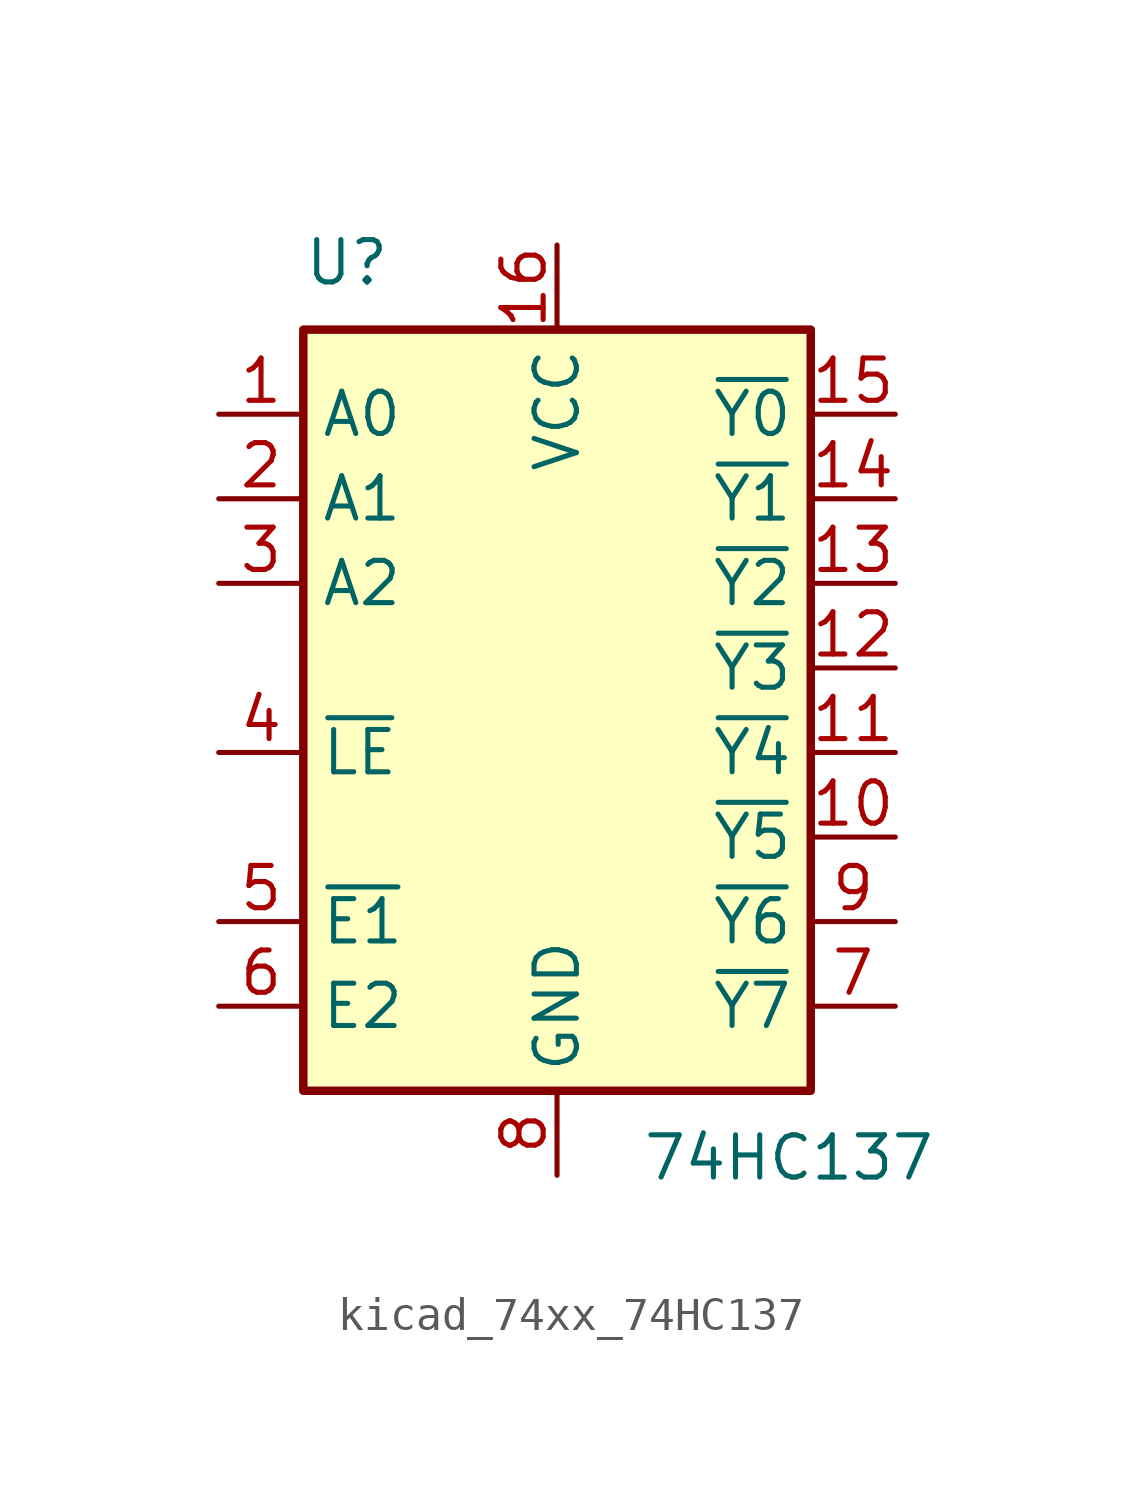
<source format=kicad_sym>
(kicad_symbol_lib
  (version 20220914)
  (generator kicad_symbol_editor)
  (symbol "kicad_74xx_74HC137"
    (property "Reference" "U"
      (at -7.62 13.97 0)
      (effects (font (size 1.27 1.27)) (justify left bottom)))
    (property "Value" "74HC137"
      (at 2.54 -11.43 0)
      (effects (font (size 1.27 1.27)) (justify left top)))
    (symbol "kicad_74xx_74HC137_0_1"
      (rectangle (start -7.62 12.7) (end 7.62 -10.16) (stroke (width 0.254) (type default)) (fill (type background))))
    (symbol "kicad_74xx_74HC137_1_1"
      (pin input line (at -10.16 10.16 0) (length 2.54) (name "A0" (effects (font (size 1.27 1.27)))) (number "1" (effects (font (size 1.27 1.27)))))
      (pin output line (at 10.16 -2.54 180) (length 2.54) (name "~{Y5}" (effects (font (size 1.27 1.27)))) (number "10" (effects (font (size 1.27 1.27)))))
      (pin output line (at 10.16 0 180) (length 2.54) (name "~{Y4}" (effects (font (size 1.27 1.27)))) (number "11" (effects (font (size 1.27 1.27)))))
      (pin output line (at 10.16 2.54 180) (length 2.54) (name "~{Y3}" (effects (font (size 1.27 1.27)))) (number "12" (effects (font (size 1.27 1.27)))))
      (pin output line (at 10.16 5.08 180) (length 2.54) (name "~{Y2}" (effects (font (size 1.27 1.27)))) (number "13" (effects (font (size 1.27 1.27)))))
      (pin output line (at 10.16 7.62 180) (length 2.54) (name "~{Y1}" (effects (font (size 1.27 1.27)))) (number "14" (effects (font (size 1.27 1.27)))))
      (pin output line (at 10.16 10.16 180) (length 2.54) (name "~{Y0}" (effects (font (size 1.27 1.27)))) (number "15" (effects (font (size 1.27 1.27)))))
      (pin power_in line (at 0 15.24 270) (length 2.54) (name "VCC" (effects (font (size 1.27 1.27)))) (number "16" (effects (font (size 1.27 1.27)))))
      (pin input line (at -10.16 7.62 0) (length 2.54) (name "A1" (effects (font (size 1.27 1.27)))) (number "2" (effects (font (size 1.27 1.27)))))
      (pin input line (at -10.16 5.08 0) (length 2.54) (name "A2" (effects (font (size 1.27 1.27)))) (number "3" (effects (font (size 1.27 1.27)))))
      (pin input line (at -10.16 0 0) (length 2.54) (name "~{LE}" (effects (font (size 1.27 1.27)))) (number "4" (effects (font (size 1.27 1.27)))))
      (pin input line (at -10.16 -5.08 0) (length 2.54) (name "~{E1}" (effects (font (size 1.27 1.27)))) (number "5" (effects (font (size 1.27 1.27)))))
      (pin input line (at -10.16 -7.62 0) (length 2.54) (name "E2" (effects (font (size 1.27 1.27)))) (number "6" (effects (font (size 1.27 1.27)))))
      (pin output line (at 10.16 -7.62 180) (length 2.54) (name "~{Y7}" (effects (font (size 1.27 1.27)))) (number "7" (effects (font (size 1.27 1.27)))))
      (pin power_in line (at 0 -12.7 90) (length 2.54) (name "GND" (effects (font (size 1.27 1.27)))) (number "8" (effects (font (size 1.27 1.27)))))
      (pin output line (at 10.16 -5.08 180) (length 2.54) (name "~{Y6}" (effects (font (size 1.27 1.27)))) (number "9" (effects (font (size 1.27 1.27))))))))
</source>
